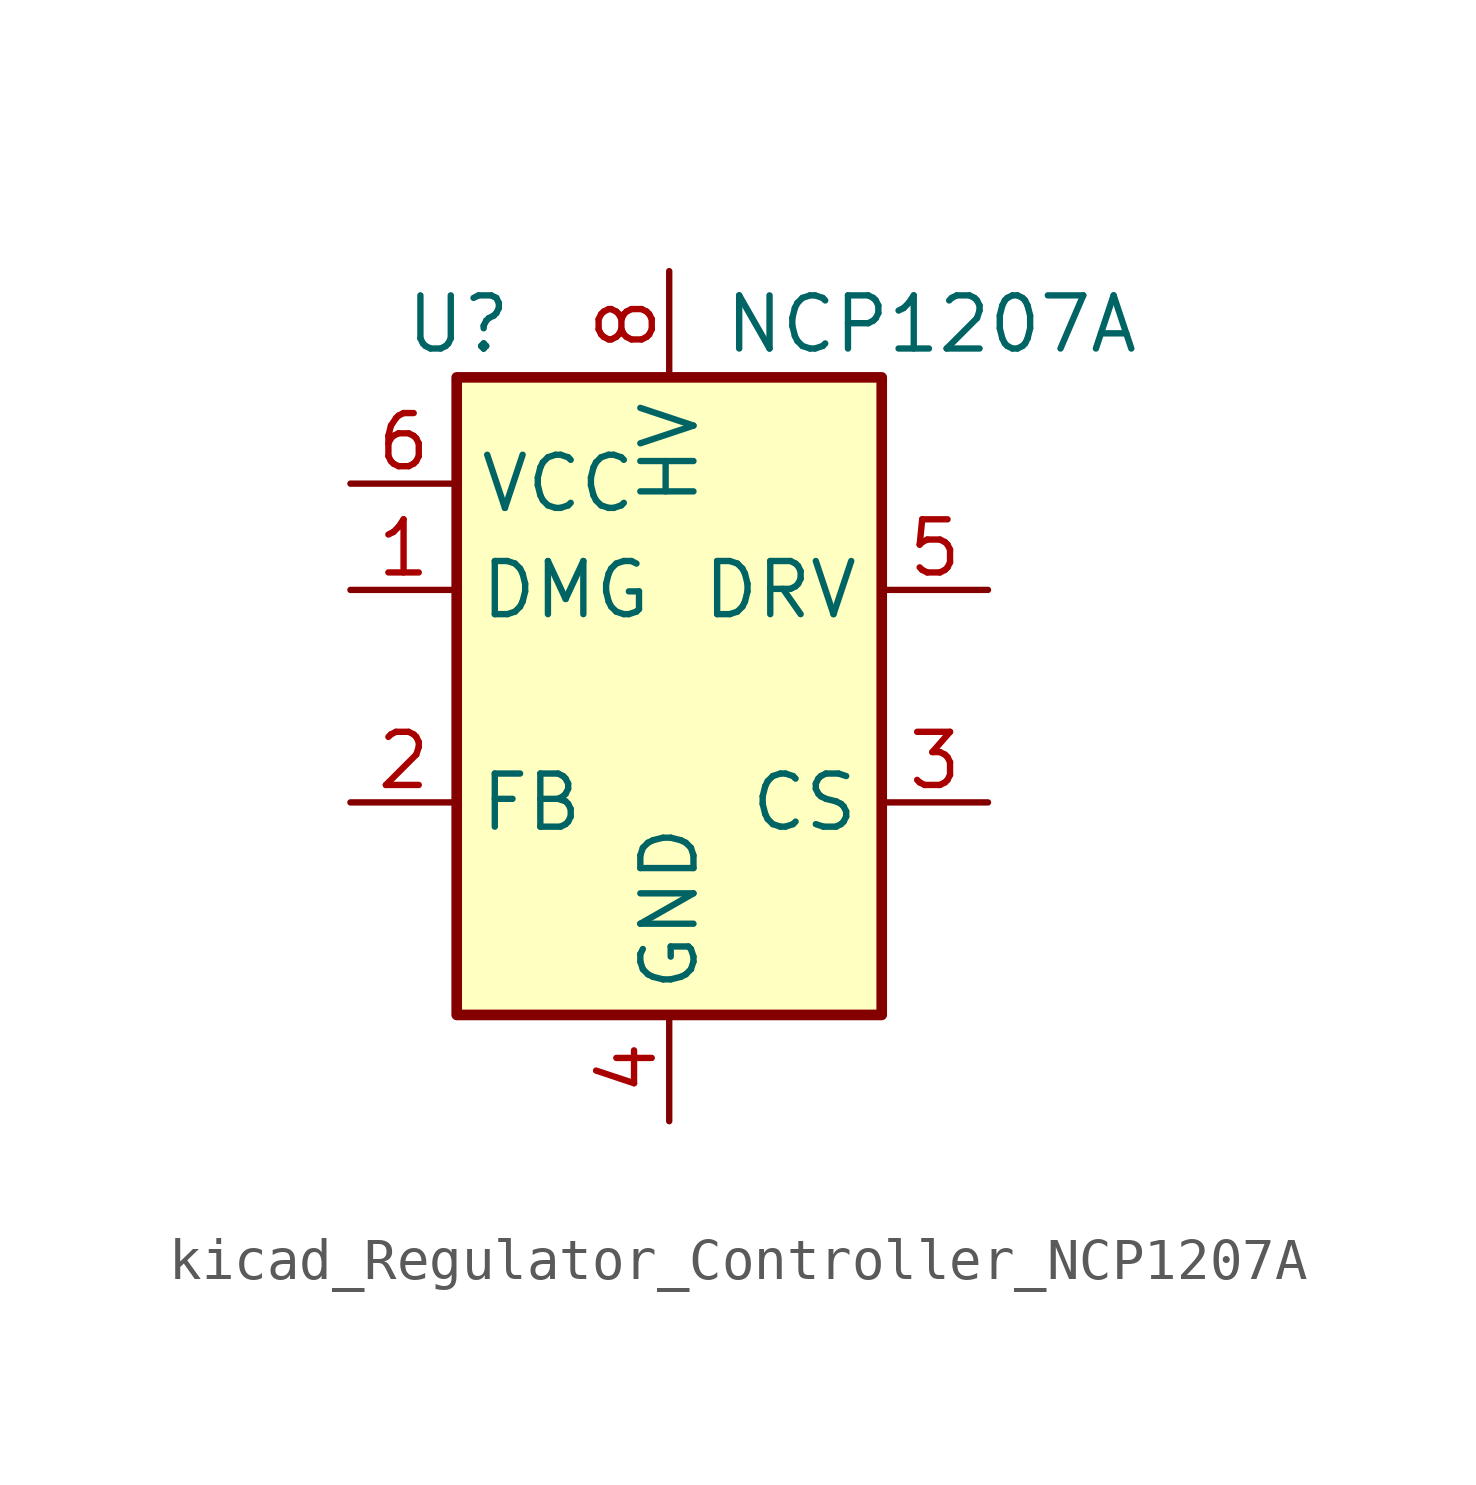
<source format=kicad_sym>
(kicad_symbol_lib
  (version 20220914)
  (generator kicad_symbol_editor)
  (symbol "kicad_Regulator_Controller_NCP1207A"
    (property "Reference" "U"
      (at -6.35 8.89 0)
      (effects (font (size 1.27 1.27)) (justify left)))
    (property "Value" "NCP1207A"
      (at 1.27 8.89 0)
      (effects (font (size 1.27 1.27)) (justify left)))
    (symbol "kicad_Regulator_Controller_NCP1207A_0_0"
      (rectangle (start -5.08 7.62) (end 5.08 -7.62) (stroke (width 0.254) (type default)) (fill (type background))))
    (symbol "kicad_Regulator_Controller_NCP1207A_1_1"
      (pin input line (at -7.62 2.54 0) (length 2.54) (name "DMG" (effects (font (size 1.27 1.27)))) (number "1" (effects (font (size 1.27 1.27)))))
      (pin input line (at -7.62 -2.54 0) (length 2.54) (name "FB" (effects (font (size 1.27 1.27)))) (number "2" (effects (font (size 1.27 1.27)))))
      (pin input line (at 7.62 -2.54 180) (length 2.54) (name "CS" (effects (font (size 1.27 1.27)))) (number "3" (effects (font (size 1.27 1.27)))))
      (pin power_in line (at 0 -10.16 90) (length 2.54) (name "GND" (effects (font (size 1.27 1.27)))) (number "4" (effects (font (size 1.27 1.27)))))
      (pin output line (at 7.62 2.54 180) (length 2.54) (name "DRV" (effects (font (size 1.27 1.27)))) (number "5" (effects (font (size 1.27 1.27)))))
      (pin power_in line (at -7.62 5.08 0) (length 2.54) (name "VCC" (effects (font (size 1.27 1.27)))) (number "6" (effects (font (size 1.27 1.27)))))
      (pin no_connect line (at -5.08 0 0) (length 2.54) hide (name "NC" (effects (font (size 1.27 1.27)))) (number "7" (effects (font (size 1.27 1.27)))))
      (pin input line (at 0 10.16 270) (length 2.54) (name "HV" (effects (font (size 1.27 1.27)))) (number "8" (effects (font (size 1.27 1.27))))))))
</source>
